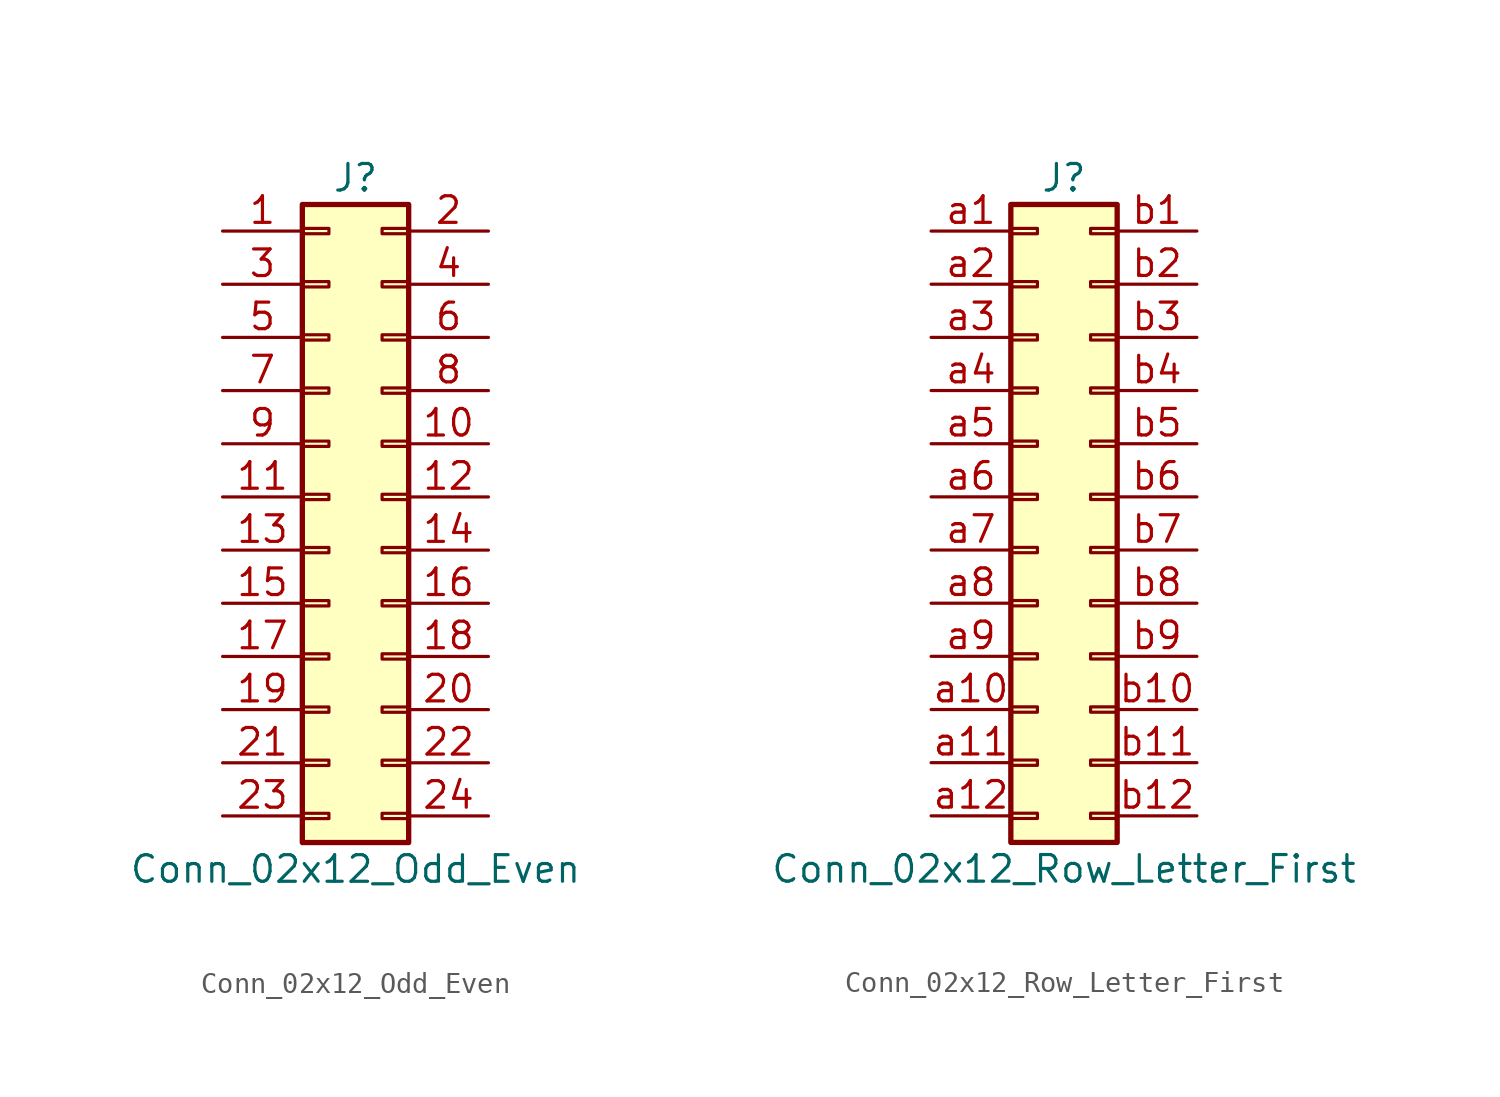
<source format=kicad_sym>
(kicad_symbol_lib
  (version 20201005)
  (generator kicad_symbol_editor)
  (symbol "Conn_02x12_Odd_Even"
    (pin_names
      (offset 1.016) hide)
    (property "Reference" "J"
      (at 1.27 15.24 0)
      (effects (font (size 1.27 1.27))))
    (property "Value" "Conn_02x12_Odd_Even"
      (at 1.27 -17.78 0)
      (effects (font (size 1.27 1.27))))
    (symbol "Conn_02x12_Odd_Even_1_1"
      (rectangle (start -1.27 -15.113) (end 0 -15.367) (stroke (width 0.152)) (fill (type none)))
      (rectangle (start -1.27 -12.573) (end 0 -12.827) (stroke (width 0.152)) (fill (type none)))
      (rectangle (start -1.27 -10.033) (end 0 -10.287) (stroke (width 0.152)) (fill (type none)))
      (rectangle (start -1.27 -7.493) (end 0 -7.747) (stroke (width 0.152)) (fill (type none)))
      (rectangle (start -1.27 -4.953) (end 0 -5.207) (stroke (width 0.152)) (fill (type none)))
      (rectangle (start -1.27 -2.413) (end 0 -2.667) (stroke (width 0.152)) (fill (type none)))
      (rectangle (start -1.27 0.127) (end 0 -0.127) (stroke (width 0.152)) (fill (type none)))
      (rectangle (start -1.27 2.667) (end 0 2.413) (stroke (width 0.152)) (fill (type none)))
      (rectangle (start -1.27 5.207) (end 0 4.953) (stroke (width 0.152)) (fill (type none)))
      (rectangle (start -1.27 7.747) (end 0 7.493) (stroke (width 0.152)) (fill (type none)))
      (rectangle (start -1.27 10.287) (end 0 10.033) (stroke (width 0.152)) (fill (type none)))
      (rectangle (start -1.27 12.827) (end 0 12.573) (stroke (width 0.152)) (fill (type none)))
      (rectangle (start -1.27 13.97) (end 3.81 -16.51) (stroke (width 0.254)) (fill (type background)))
      (rectangle (start 3.81 -15.113) (end 2.54 -15.367) (stroke (width 0.152)) (fill (type none)))
      (rectangle (start 3.81 -12.573) (end 2.54 -12.827) (stroke (width 0.152)) (fill (type none)))
      (rectangle (start 3.81 -10.033) (end 2.54 -10.287) (stroke (width 0.152)) (fill (type none)))
      (rectangle (start 3.81 -7.493) (end 2.54 -7.747) (stroke (width 0.152)) (fill (type none)))
      (rectangle (start 3.81 -4.953) (end 2.54 -5.207) (stroke (width 0.152)) (fill (type none)))
      (rectangle (start 3.81 -2.413) (end 2.54 -2.667) (stroke (width 0.152)) (fill (type none)))
      (rectangle (start 3.81 0.127) (end 2.54 -0.127) (stroke (width 0.152)) (fill (type none)))
      (rectangle (start 3.81 2.667) (end 2.54 2.413) (stroke (width 0.152)) (fill (type none)))
      (rectangle (start 3.81 5.207) (end 2.54 4.953) (stroke (width 0.152)) (fill (type none)))
      (rectangle (start 3.81 7.747) (end 2.54 7.493) (stroke (width 0.152)) (fill (type none)))
      (rectangle (start 3.81 10.287) (end 2.54 10.033) (stroke (width 0.152)) (fill (type none)))
      (rectangle (start 3.81 12.827) (end 2.54 12.573) (stroke (width 0.152)) (fill (type none)))
      (pin passive line (at -5.08 12.7 0) (length 3.81) (name "Pin_1" (effects (font (size 1.27 1.27)))) (number "1" (effects (font (size 1.27 1.27)))))
      (pin passive line (at 7.62 2.54 180) (length 3.81) (name "Pin_10" (effects (font (size 1.27 1.27)))) (number "10" (effects (font (size 1.27 1.27)))))
      (pin passive line (at -5.08 0 0) (length 3.81) (name "Pin_11" (effects (font (size 1.27 1.27)))) (number "11" (effects (font (size 1.27 1.27)))))
      (pin passive line (at 7.62 0 180) (length 3.81) (name "Pin_12" (effects (font (size 1.27 1.27)))) (number "12" (effects (font (size 1.27 1.27)))))
      (pin passive line (at -5.08 -2.54 0) (length 3.81) (name "Pin_13" (effects (font (size 1.27 1.27)))) (number "13" (effects (font (size 1.27 1.27)))))
      (pin passive line (at 7.62 -2.54 180) (length 3.81) (name "Pin_14" (effects (font (size 1.27 1.27)))) (number "14" (effects (font (size 1.27 1.27)))))
      (pin passive line (at -5.08 -5.08 0) (length 3.81) (name "Pin_15" (effects (font (size 1.27 1.27)))) (number "15" (effects (font (size 1.27 1.27)))))
      (pin passive line (at 7.62 -5.08 180) (length 3.81) (name "Pin_16" (effects (font (size 1.27 1.27)))) (number "16" (effects (font (size 1.27 1.27)))))
      (pin passive line (at -5.08 -7.62 0) (length 3.81) (name "Pin_17" (effects (font (size 1.27 1.27)))) (number "17" (effects (font (size 1.27 1.27)))))
      (pin passive line (at 7.62 -7.62 180) (length 3.81) (name "Pin_18" (effects (font (size 1.27 1.27)))) (number "18" (effects (font (size 1.27 1.27)))))
      (pin passive line (at -5.08 -10.16 0) (length 3.81) (name "Pin_19" (effects (font (size 1.27 1.27)))) (number "19" (effects (font (size 1.27 1.27)))))
      (pin passive line (at 7.62 12.7 180) (length 3.81) (name "Pin_2" (effects (font (size 1.27 1.27)))) (number "2" (effects (font (size 1.27 1.27)))))
      (pin passive line (at 7.62 -10.16 180) (length 3.81) (name "Pin_20" (effects (font (size 1.27 1.27)))) (number "20" (effects (font (size 1.27 1.27)))))
      (pin passive line (at -5.08 -12.7 0) (length 3.81) (name "Pin_21" (effects (font (size 1.27 1.27)))) (number "21" (effects (font (size 1.27 1.27)))))
      (pin passive line (at 7.62 -12.7 180) (length 3.81) (name "Pin_22" (effects (font (size 1.27 1.27)))) (number "22" (effects (font (size 1.27 1.27)))))
      (pin passive line (at -5.08 -15.24 0) (length 3.81) (name "Pin_23" (effects (font (size 1.27 1.27)))) (number "23" (effects (font (size 1.27 1.27)))))
      (pin passive line (at 7.62 -15.24 180) (length 3.81) (name "Pin_24" (effects (font (size 1.27 1.27)))) (number "24" (effects (font (size 1.27 1.27)))))
      (pin passive line (at -5.08 10.16 0) (length 3.81) (name "Pin_3" (effects (font (size 1.27 1.27)))) (number "3" (effects (font (size 1.27 1.27)))))
      (pin passive line (at 7.62 10.16 180) (length 3.81) (name "Pin_4" (effects (font (size 1.27 1.27)))) (number "4" (effects (font (size 1.27 1.27)))))
      (pin passive line (at -5.08 7.62 0) (length 3.81) (name "Pin_5" (effects (font (size 1.27 1.27)))) (number "5" (effects (font (size 1.27 1.27)))))
      (pin passive line (at 7.62 7.62 180) (length 3.81) (name "Pin_6" (effects (font (size 1.27 1.27)))) (number "6" (effects (font (size 1.27 1.27)))))
      (pin passive line (at -5.08 5.08 0) (length 3.81) (name "Pin_7" (effects (font (size 1.27 1.27)))) (number "7" (effects (font (size 1.27 1.27)))))
      (pin passive line (at 7.62 5.08 180) (length 3.81) (name "Pin_8" (effects (font (size 1.27 1.27)))) (number "8" (effects (font (size 1.27 1.27)))))
      (pin passive line (at -5.08 2.54 0) (length 3.81) (name "Pin_9" (effects (font (size 1.27 1.27)))) (number "9" (effects (font (size 1.27 1.27)))))))
  (symbol "Conn_02x12_Row_Letter_First"
    (pin_names
      (offset 1.016) hide)
    (property "Reference" "J"
      (at 1.27 15.24 0)
      (effects (font (size 1.27 1.27))))
    (property "Value" "Conn_02x12_Row_Letter_First"
      (at 1.27 -17.78 0)
      (effects (font (size 1.27 1.27))))
    (symbol "Conn_02x12_Row_Letter_First_1_1"
      (rectangle (start -1.27 -15.113) (end 0 -15.367) (stroke (width 0.152)) (fill (type none)))
      (rectangle (start -1.27 -12.573) (end 0 -12.827) (stroke (width 0.152)) (fill (type none)))
      (rectangle (start -1.27 -10.033) (end 0 -10.287) (stroke (width 0.152)) (fill (type none)))
      (rectangle (start -1.27 -7.493) (end 0 -7.747) (stroke (width 0.152)) (fill (type none)))
      (rectangle (start -1.27 -4.953) (end 0 -5.207) (stroke (width 0.152)) (fill (type none)))
      (rectangle (start -1.27 -2.413) (end 0 -2.667) (stroke (width 0.152)) (fill (type none)))
      (rectangle (start -1.27 0.127) (end 0 -0.127) (stroke (width 0.152)) (fill (type none)))
      (rectangle (start -1.27 2.667) (end 0 2.413) (stroke (width 0.152)) (fill (type none)))
      (rectangle (start -1.27 5.207) (end 0 4.953) (stroke (width 0.152)) (fill (type none)))
      (rectangle (start -1.27 7.747) (end 0 7.493) (stroke (width 0.152)) (fill (type none)))
      (rectangle (start -1.27 10.287) (end 0 10.033) (stroke (width 0.152)) (fill (type none)))
      (rectangle (start -1.27 12.827) (end 0 12.573) (stroke (width 0.152)) (fill (type none)))
      (rectangle (start -1.27 13.97) (end 3.81 -16.51) (stroke (width 0.254)) (fill (type background)))
      (rectangle (start 3.81 -15.113) (end 2.54 -15.367) (stroke (width 0.152)) (fill (type none)))
      (rectangle (start 3.81 -12.573) (end 2.54 -12.827) (stroke (width 0.152)) (fill (type none)))
      (rectangle (start 3.81 -10.033) (end 2.54 -10.287) (stroke (width 0.152)) (fill (type none)))
      (rectangle (start 3.81 -7.493) (end 2.54 -7.747) (stroke (width 0.152)) (fill (type none)))
      (rectangle (start 3.81 -4.953) (end 2.54 -5.207) (stroke (width 0.152)) (fill (type none)))
      (rectangle (start 3.81 -2.413) (end 2.54 -2.667) (stroke (width 0.152)) (fill (type none)))
      (rectangle (start 3.81 0.127) (end 2.54 -0.127) (stroke (width 0.152)) (fill (type none)))
      (rectangle (start 3.81 2.667) (end 2.54 2.413) (stroke (width 0.152)) (fill (type none)))
      (rectangle (start 3.81 5.207) (end 2.54 4.953) (stroke (width 0.152)) (fill (type none)))
      (rectangle (start 3.81 7.747) (end 2.54 7.493) (stroke (width 0.152)) (fill (type none)))
      (rectangle (start 3.81 10.287) (end 2.54 10.033) (stroke (width 0.152)) (fill (type none)))
      (rectangle (start 3.81 12.827) (end 2.54 12.573) (stroke (width 0.152)) (fill (type none)))
      (pin passive line (at -5.08 12.7 0) (length 3.81) (name "Pin_a1" (effects (font (size 1.27 1.27)))) (number "a1" (effects (font (size 1.27 1.27)))))
      (pin passive line (at -5.08 -10.16 0) (length 3.81) (name "Pin_a10" (effects (font (size 1.27 1.27)))) (number "a10" (effects (font (size 1.27 1.27)))))
      (pin passive line (at -5.08 -12.7 0) (length 3.81) (name "Pin_a11" (effects (font (size 1.27 1.27)))) (number "a11" (effects (font (size 1.27 1.27)))))
      (pin passive line (at -5.08 -15.24 0) (length 3.81) (name "Pin_a12" (effects (font (size 1.27 1.27)))) (number "a12" (effects (font (size 1.27 1.27)))))
      (pin passive line (at -5.08 10.16 0) (length 3.81) (name "Pin_a2" (effects (font (size 1.27 1.27)))) (number "a2" (effects (font (size 1.27 1.27)))))
      (pin passive line (at -5.08 7.62 0) (length 3.81) (name "Pin_a3" (effects (font (size 1.27 1.27)))) (number "a3" (effects (font (size 1.27 1.27)))))
      (pin passive line (at -5.08 5.08 0) (length 3.81) (name "Pin_a4" (effects (font (size 1.27 1.27)))) (number "a4" (effects (font (size 1.27 1.27)))))
      (pin passive line (at -5.08 2.54 0) (length 3.81) (name "Pin_a5" (effects (font (size 1.27 1.27)))) (number "a5" (effects (font (size 1.27 1.27)))))
      (pin passive line (at -5.08 0 0) (length 3.81) (name "Pin_a6" (effects (font (size 1.27 1.27)))) (number "a6" (effects (font (size 1.27 1.27)))))
      (pin passive line (at -5.08 -2.54 0) (length 3.81) (name "Pin_a7" (effects (font (size 1.27 1.27)))) (number "a7" (effects (font (size 1.27 1.27)))))
      (pin passive line (at -5.08 -5.08 0) (length 3.81) (name "Pin_a8" (effects (font (size 1.27 1.27)))) (number "a8" (effects (font (size 1.27 1.27)))))
      (pin passive line (at -5.08 -7.62 0) (length 3.81) (name "Pin_a9" (effects (font (size 1.27 1.27)))) (number "a9" (effects (font (size 1.27 1.27)))))
      (pin passive line (at 7.62 12.7 180) (length 3.81) (name "Pin_b1" (effects (font (size 1.27 1.27)))) (number "b1" (effects (font (size 1.27 1.27)))))
      (pin passive line (at 7.62 -10.16 180) (length 3.81) (name "Pin_b10" (effects (font (size 1.27 1.27)))) (number "b10" (effects (font (size 1.27 1.27)))))
      (pin passive line (at 7.62 -12.7 180) (length 3.81) (name "Pin_b11" (effects (font (size 1.27 1.27)))) (number "b11" (effects (font (size 1.27 1.27)))))
      (pin passive line (at 7.62 -15.24 180) (length 3.81) (name "Pin_b12" (effects (font (size 1.27 1.27)))) (number "b12" (effects (font (size 1.27 1.27)))))
      (pin passive line (at 7.62 10.16 180) (length 3.81) (name "Pin_b2" (effects (font (size 1.27 1.27)))) (number "b2" (effects (font (size 1.27 1.27)))))
      (pin passive line (at 7.62 7.62 180) (length 3.81) (name "Pin_b3" (effects (font (size 1.27 1.27)))) (number "b3" (effects (font (size 1.27 1.27)))))
      (pin passive line (at 7.62 5.08 180) (length 3.81) (name "Pin_b4" (effects (font (size 1.27 1.27)))) (number "b4" (effects (font (size 1.27 1.27)))))
      (pin passive line (at 7.62 2.54 180) (length 3.81) (name "Pin_b5" (effects (font (size 1.27 1.27)))) (number "b5" (effects (font (size 1.27 1.27)))))
      (pin passive line (at 7.62 0 180) (length 3.81) (name "Pin_b6" (effects (font (size 1.27 1.27)))) (number "b6" (effects (font (size 1.27 1.27)))))
      (pin passive line (at 7.62 -2.54 180) (length 3.81) (name "Pin_b7" (effects (font (size 1.27 1.27)))) (number "b7" (effects (font (size 1.27 1.27)))))
      (pin passive line (at 7.62 -5.08 180) (length 3.81) (name "Pin_b8" (effects (font (size 1.27 1.27)))) (number "b8" (effects (font (size 1.27 1.27)))))
      (pin passive line (at 7.62 -7.62 180) (length 3.81) (name "Pin_b9" (effects (font (size 1.27 1.27)))) (number "b9" (effects (font (size 1.27 1.27))))))))
</source>
